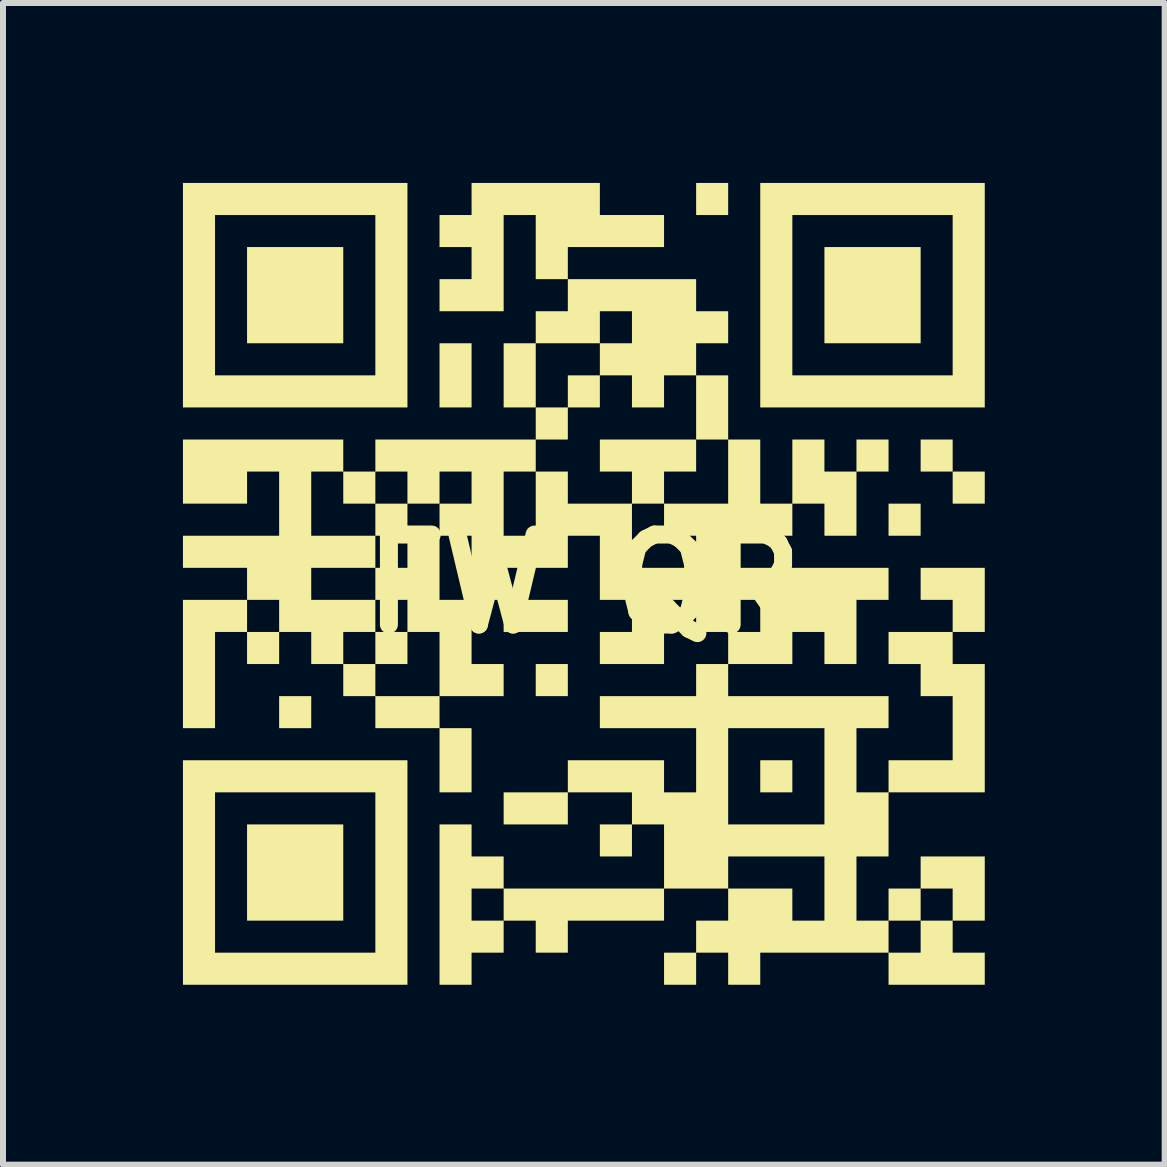
<source format=kicad_pcb>
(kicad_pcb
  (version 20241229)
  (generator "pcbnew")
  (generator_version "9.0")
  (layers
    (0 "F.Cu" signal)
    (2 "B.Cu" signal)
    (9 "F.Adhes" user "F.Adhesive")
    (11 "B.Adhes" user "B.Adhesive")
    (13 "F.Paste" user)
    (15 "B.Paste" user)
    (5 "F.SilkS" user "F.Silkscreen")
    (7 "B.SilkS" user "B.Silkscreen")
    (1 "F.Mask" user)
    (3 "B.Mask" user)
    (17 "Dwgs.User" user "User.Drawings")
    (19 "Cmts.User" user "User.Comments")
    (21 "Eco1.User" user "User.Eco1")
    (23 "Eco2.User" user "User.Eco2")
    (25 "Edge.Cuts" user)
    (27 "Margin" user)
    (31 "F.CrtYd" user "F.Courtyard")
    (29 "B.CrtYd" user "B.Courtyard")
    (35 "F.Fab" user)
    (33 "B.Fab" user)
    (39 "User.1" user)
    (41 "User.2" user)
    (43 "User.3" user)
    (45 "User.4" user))
  (footprint "FW QR"
    (layer "F.Cu")
    (at 6.684 6.684)
    (property "Reference" "FW QR" (at 0 0 0) (layer "F.SilkS") (effects (font (size 1.5 1.5) (thickness 0.3))))
    (attr board_only exclude_from_pos_files exclude_from_bom)
    (fp_poly (pts (xy -4.545 2.139) (xy -4.545 2.406) (xy -4.813 2.406) (xy -5.08 2.406) (xy -5.08 2.139) (xy -5.08 1.872) (xy -4.813 1.872) (xy -4.545 1.872)) (stroke (width 0) (type solid)) (fill yes) (layer "F.SilkS"))
    (fp_poly (pts (xy -4.011 -4.813) (xy -4.011 -4.011) (xy -4.813 -4.011) (xy -5.615 -4.011) (xy -5.615 -4.813) (xy -5.615 -5.615) (xy -4.813 -5.615) (xy -4.011 -5.615)) (stroke (width 0) (type solid)) (fill yes) (layer "F.SilkS"))
    (fp_poly (pts (xy -4.011 4.813) (xy -4.011 5.615) (xy -4.813 5.615) (xy -5.615 5.615) (xy -5.615 4.813) (xy -5.615 4.011) (xy -4.813 4.011) (xy -4.011 4.011)) (stroke (width 0) (type solid)) (fill yes) (layer "F.SilkS"))
    (fp_poly (pts (xy -2.941 -1.069) (xy -2.941 -0.802) (xy -3.208 -0.802) (xy -3.476 -0.802) (xy -3.476 -1.069) (xy -3.476 -1.337) (xy -3.208 -1.337) (xy -2.941 -1.337)) (stroke (width 0) (type solid)) (fill yes) (layer "F.SilkS"))
    (fp_poly (pts (xy -2.941 1.069) (xy -2.941 1.337) (xy -3.208 1.337) (xy -3.476 1.337) (xy -3.476 1.069) (xy -3.476 0.802) (xy -3.208 0.802) (xy -2.941 0.802)) (stroke (width 0) (type solid)) (fill yes) (layer "F.SilkS"))
    (fp_poly (pts (xy -1.872 -3.476) (xy -1.872 -2.941) (xy -2.139 -2.941) (xy -2.406 -2.941) (xy -2.406 -3.476) (xy -2.406 -4.011) (xy -2.139 -4.011) (xy -1.872 -4.011)) (stroke (width 0) (type solid)) (fill yes) (layer "F.SilkS"))
    (fp_poly (pts (xy -1.872 2.941) (xy -1.872 3.476) (xy -2.139 3.476) (xy -2.406 3.476) (xy -2.406 2.941) (xy -2.406 2.406) (xy -2.139 2.406) (xy -1.872 2.406)) (stroke (width 0) (type solid)) (fill yes) (layer "F.SilkS"))
    (fp_poly (pts (xy -0.267 0.535) (xy -0.267 0.802) (xy -0.802 0.802) (xy -1.337 0.802) (xy -1.337 0.535) (xy -1.337 0.267) (xy -0.802 0.267) (xy -0.267 0.267)) (stroke (width 0) (type solid)) (fill yes) (layer "F.SilkS"))
    (fp_poly (pts (xy -0.267 1.604) (xy -0.267 1.872) (xy -0.535 1.872) (xy -0.802 1.872) (xy -0.802 1.604) (xy -0.802 1.337) (xy -0.535 1.337) (xy -0.267 1.337)) (stroke (width 0) (type solid)) (fill yes) (layer "F.SilkS"))
    (fp_poly (pts (xy 0.267 -3.208) (xy 0.267 -2.941) (xy 0 -2.941) (xy -0.267 -2.941) (xy -0.267 -3.208) (xy -0.267 -3.476) (xy 0 -3.476) (xy 0.267 -3.476)) (stroke (width 0) (type solid)) (fill yes) (layer "F.SilkS"))
    (fp_poly (pts (xy 2.406 -6.417) (xy 2.406 -6.149) (xy 2.139 -6.149) (xy 1.872 -6.149) (xy 1.872 -6.417) (xy 1.872 -6.684) (xy 2.139 -6.684) (xy 2.406 -6.684)) (stroke (width 0) (type solid)) (fill yes) (layer "F.SilkS"))
    (fp_poly (pts (xy 2.406 -2.941) (xy 2.406 -2.406) (xy 2.139 -2.406) (xy 1.872 -2.406) (xy 1.872 -2.941) (xy 1.872 -3.476) (xy 2.139 -3.476) (xy 2.406 -3.476)) (stroke (width 0) (type solid)) (fill yes) (layer "F.SilkS"))
    (fp_poly (pts (xy 3.476 3.208) (xy 3.476 3.476) (xy 3.208 3.476) (xy 2.941 3.476) (xy 2.941 3.208) (xy 2.941 2.941) (xy 3.208 2.941) (xy 3.476 2.941)) (stroke (width 0) (type solid)) (fill yes) (layer "F.SilkS"))
    (fp_poly (pts (xy 5.615 -4.813) (xy 5.615 -4.011) (xy 4.813 -4.011) (xy 4.011 -4.011) (xy 4.011 -4.813) (xy 4.011 -5.615) (xy 4.813 -5.615) (xy 5.615 -5.615)) (stroke (width 0) (type solid)) (fill yes) (layer "F.SilkS"))
    (fp_poly (pts (xy 5.615 -1.069) (xy 5.615 -0.802) (xy 5.347 -0.802) (xy 5.08 -0.802) (xy 5.08 -1.069) (xy 5.08 -1.337) (xy 5.347 -1.337) (xy 5.615 -1.337)) (stroke (width 0) (type solid)) (fill yes) (layer "F.SilkS"))
    (fp_poly (pts (xy 6.149 -2.139) (xy 6.149 -1.872) (xy 5.882 -1.872) (xy 5.615 -1.872) (xy 5.615 -2.139) (xy 5.615 -2.406) (xy 5.882 -2.406) (xy 6.149 -2.406)) (stroke (width 0) (type solid)) (fill yes) (layer "F.SilkS"))
    (fp_poly (pts (xy 6.684 -1.604) (xy 6.684 -1.337) (xy 6.417 -1.337) (xy 6.149 -1.337) (xy 6.149 -1.604) (xy 6.149 -1.872) (xy 6.417 -1.872) (xy 6.684 -1.872)) (stroke (width 0) (type solid)) (fill yes) (layer "F.SilkS"))
    (fp_poly (pts (xy 1.872 -2.139) (xy 1.872 -1.872) (xy 1.604 -1.872) (xy 1.337 -1.872) (xy 1.337 -1.604) (xy 1.337 -1.337) (xy 1.069 -1.337) (xy 0.802 -1.337) (xy 0.802 -1.604) (xy 0.802 -1.872) (xy 0.535 -1.872) (xy 0.267 -1.872) (xy 0.267 -2.139) (xy 0.267 -2.406) (xy 1.069 -2.406) (xy 1.872 -2.406)) (stroke (width 0) (type solid)) (fill yes) (layer "F.SilkS"))
    (fp_poly (pts (xy -2.941 -4.813) (xy -2.941 -2.941) (xy -4.813 -2.941) (xy -6.684 -2.941) (xy -6.684 -4.813) (xy -6.684 -6.149) (xy -6.149 -6.149) (xy -6.149 -4.813) (xy -6.149 -3.476) (xy -4.813 -3.476) (xy -3.476 -3.476) (xy -3.476 -4.813) (xy -3.476 -6.149) (xy -4.813 -6.149) (xy -6.149 -6.149) (xy -6.684 -6.149) (xy -6.684 -6.684) (xy -4.813 -6.684) (xy -2.941 -6.684)) (stroke (width 0) (type solid)) (fill yes) (layer "F.SilkS"))
    (fp_poly (pts (xy -2.941 4.813) (xy -2.941 6.684) (xy -4.813 6.684) (xy -6.684 6.684) (xy -6.684 4.813) (xy -6.684 3.476) (xy -6.149 3.476) (xy -6.149 4.813) (xy -6.149 6.149) (xy -4.813 6.149) (xy -3.476 6.149) (xy -3.476 4.813) (xy -3.476 3.476) (xy -4.813 3.476) (xy -6.149 3.476) (xy -6.684 3.476) (xy -6.684 2.941) (xy -4.813 2.941) (xy -2.941 2.941)) (stroke (width 0) (type solid)) (fill yes) (layer "F.SilkS"))
    (fp_poly (pts (xy 6.684 -4.813) (xy 6.684 -2.941) (xy 4.813 -2.941) (xy 2.941 -2.941) (xy 2.941 -4.813) (xy 2.941 -6.149) (xy 3.476 -6.149) (xy 3.476 -4.813) (xy 3.476 -3.476) (xy 4.813 -3.476) (xy 6.149 -3.476) (xy 6.149 -4.813) (xy 6.149 -6.149) (xy 4.813 -6.149) (xy 3.476 -6.149) (xy 2.941 -6.149) (xy 2.941 -6.684) (xy 4.813 -6.684) (xy 6.684 -6.684)) (stroke (width 0) (type solid)) (fill yes) (layer "F.SilkS"))
    (fp_poly (pts (xy 0.267 -6.417) (xy 0.267 -6.149) (xy 0.802 -6.149) (xy 1.337 -6.149) (xy 1.337 -5.882) (xy 1.337 -5.615) (xy 0.535 -5.615) (xy -0.267 -5.615) (xy -0.267 -5.347) (xy -0.267 -5.08) (xy -0.535 -5.08) (xy -0.802 -5.08) (xy -0.802 -5.615) (xy -0.802 -6.149) (xy -1.069 -6.149) (xy -1.337 -6.149) (xy -1.337 -5.347) (xy -1.337 -4.545) (xy -1.872 -4.545) (xy -2.406 -4.545) (xy -2.406 -4.813) (xy -2.406 -5.08) (xy -2.139 -5.08) (xy -1.872 -5.08) (xy -1.872 -5.347) (xy -1.872 -5.615) (xy -2.139 -5.615) (xy -2.406 -5.615) (xy -2.406 -5.882) (xy -2.406 -6.149) (xy -2.139 -6.149) (xy -1.872 -6.149) (xy -1.872 -6.417) (xy -1.872 -6.684) (xy -0.802 -6.684) (xy 0.267 -6.684)) (stroke (width 0) (type solid)) (fill yes) (layer "F.SilkS"))
    (fp_poly (pts (xy 1.872 -4.813) (xy 1.872 -4.545) (xy 2.139 -4.545) (xy 2.406 -4.545) (xy 2.406 -4.278) (xy 2.406 -4.011) (xy 2.139 -4.011) (xy 1.872 -4.011) (xy 1.872 -3.743) (xy 1.872 -3.476) (xy 1.604 -3.476) (xy 1.337 -3.476) (xy 1.337 -3.208) (xy 1.337 -2.941) (xy 1.069 -2.941) (xy 0.802 -2.941) (xy 0.802 -3.208) (xy 0.802 -3.476) (xy 0.535 -3.476) (xy 0.267 -3.476) (xy 0.267 -3.743) (xy 0.267 -4.011) (xy 0.535 -4.011) (xy 0.802 -4.011) (xy 0.802 -4.278) (xy 0.802 -4.545) (xy 0.535 -4.545) (xy 0.267 -4.545) (xy 0.267 -4.278) (xy 0.267 -4.011) (xy -0.267 -4.011) (xy -0.802 -4.011) (xy -0.802 -3.476) (xy -0.802 -2.941) (xy -1.069 -2.941) (xy -1.337 -2.941) (xy -1.337 -3.476) (xy -1.337 -4.011) (xy -1.069 -4.011) (xy -0.802 -4.011) (xy -0.802 -4.278) (xy -0.802 -4.545) (xy -0.535 -4.545) (xy -0.267 -4.545) (xy -0.267 -4.813) (xy -0.267 -5.08) (xy 0.802 -5.08) (xy 1.872 -5.08)) (stroke (width 0) (type solid)) (fill yes) (layer "F.SilkS"))
    (fp_poly (pts (xy -0.267 -2.674) (xy -0.267 -2.406) (xy -0.535 -2.406) (xy -0.802 -2.406) (xy -0.802 -2.139) (xy -0.802 -1.872) (xy -1.069 -1.872) (xy -1.337 -1.872) (xy -1.337 -1.337) (xy -1.337 -0.802) (xy -1.069 -0.802) (xy -0.802 -0.802) (xy -0.802 -1.337) (xy -0.802 -1.872) (xy -0.535 -1.872) (xy -0.267 -1.872) (xy -0.267 -1.604) (xy -0.267 -1.337) (xy 0.267 -1.337) (xy 0.802 -1.337) (xy 0.802 -0.802) (xy 0.802 -0.267) (xy 1.337 -0.267) (xy 1.872 -0.267) (xy 1.872 -0.535) (xy 1.872 -0.802) (xy 1.604 -0.802) (xy 1.337 -0.802) (xy 1.337 -1.069) (xy 1.337 -1.337) (xy 1.872 -1.337) (xy 2.406 -1.337) (xy 2.406 -1.872) (xy 2.406 -2.406) (xy 2.674 -2.406) (xy 2.941 -2.406) (xy 2.941 -1.872) (xy 2.941 -1.337) (xy 3.208 -1.337) (xy 3.476 -1.337) (xy 3.476 -1.872) (xy 3.476 -2.406) (xy 3.743 -2.406) (xy 4.011 -2.406) (xy 4.011 -2.139) (xy 4.011 -1.872) (xy 4.278 -1.872) (xy 4.545 -1.872) (xy 4.545 -2.139) (xy 4.545 -2.406) (xy 4.813 -2.406) (xy 5.08 -2.406) (xy 5.08 -2.139) (xy 5.08 -1.872) (xy 4.813 -1.872) (xy 4.545 -1.872) (xy 4.545 -1.337) (xy 4.545 -0.802) (xy 4.278 -0.802) (xy 4.011 -0.802) (xy 4.011 -1.069) (xy 4.011 -1.337) (xy 3.743 -1.337) (xy 3.476 -1.337) (xy 3.476 -1.069) (xy 3.476 -0.802) (xy 2.941 -0.802) (xy 2.406 -0.802) (xy 2.406 -0.535) (xy 2.406 -0.267) (xy 3.743 -0.267) (xy 5.08 -0.267) (xy 5.08 0) (xy 5.08 0.267) (xy 4.813 0.267) (xy 4.545 0.267) (xy 4.545 0.802) (xy 4.545 1.337) (xy 4.278 1.337) (xy 4.011 1.337) (xy 4.011 1.069) (xy 4.011 0.802) (xy 3.743 0.802) (xy 3.476 0.802) (xy 3.476 1.069) (xy 3.476 1.337) (xy 2.941 1.337) (xy 2.406 1.337) (xy 2.406 1.604) (xy 2.406 1.872) (xy 3.743 1.872) (xy 5.08 1.872) (xy 5.08 2.139) (xy 5.08 2.406) (xy 4.813 2.406) (xy 4.545 2.406) (xy 4.545 2.941) (xy 4.545 3.476) (xy 4.813 3.476) (xy 5.08 3.476) (xy 5.08 3.208) (xy 5.08 2.941) (xy 5.615 2.941) (xy 6.149 2.941) (xy 6.149 2.406) (xy 6.149 1.872) (xy 5.882 1.872) (xy 5.615 1.872) (xy 5.615 1.604) (xy 5.615 1.337) (xy 5.347 1.337) (xy 5.08 1.337) (xy 5.08 1.069) (xy 5.08 0.802) (xy 5.615 0.802) (xy 6.149 0.802) (xy 6.149 0.535) (xy 6.149 0.267) (xy 5.882 0.267) (xy 5.615 0.267) (xy 5.615 0) (xy 5.615 -0.267) (xy 6.149 -0.267) (xy 6.684 -0.267) (xy 6.684 0.267) (xy 6.684 0.802) (xy 6.417 0.802) (xy 6.149 0.802) (xy 6.149 1.069) (xy 6.149 1.337) (xy 6.417 1.337) (xy 6.684 1.337) (xy 6.684 2.406) (xy 6.684 3.476) (xy 5.882 3.476) (xy 5.08 3.476) (xy 5.08 4.011) (xy 5.08 4.545) (xy 4.813 4.545) (xy 4.545 4.545) (xy 4.545 5.08) (xy 4.545 5.615) (xy 4.813 5.615) (xy 5.08 5.615) (xy 5.08 5.347) (xy 5.08 5.08) (xy 5.347 5.08) (xy 5.615 5.08) (xy 5.615 4.813) (xy 5.615 4.545) (xy 6.149 4.545) (xy 6.684 4.545) (xy 6.684 5.08) (xy 6.684 5.615) (xy 6.417 5.615) (xy 6.149 5.615) (xy 6.149 5.882) (xy 6.149 6.149) (xy 6.417 6.149) (xy 6.684 6.149) (xy 6.684 6.417) (xy 6.684 6.684) (xy 5.882 6.684) (xy 5.08 6.684) (xy 5.08 6.417) (xy 5.08 6.149) (xy 5.347 6.149) (xy 5.615 6.149) (xy 5.615 5.882) (xy 5.615 5.615) (xy 5.882 5.615) (xy 6.149 5.615) (xy 6.149 5.347) (xy 6.149 5.08) (xy 5.882 5.08) (xy 5.615 5.08) (xy 5.615 5.347) (xy 5.615 5.615) (xy 5.347 5.615) (xy 5.08 5.615) (xy 5.08 5.882) (xy 5.08 6.149) (xy 4.011 6.149) (xy 2.941 6.149) (xy 2.941 6.417) (xy 2.941 6.684) (xy 2.674 6.684) (xy 2.406 6.684) (xy 2.406 6.417) (xy 2.406 6.149) (xy 2.139 6.149) (xy 1.872 6.149) (xy 1.872 6.417) (xy 1.872 6.684) (xy 1.604 6.684) (xy 1.337 6.684) (xy 1.337 6.417) (xy 1.337 6.149) (xy 1.604 6.149) (xy 1.872 6.149) (xy 1.872 5.882) (xy 1.872 5.615) (xy 2.139 5.615) (xy 2.406 5.615) (xy 2.406 5.347) (xy 2.406 5.08) (xy 2.941 5.08) (xy 3.476 5.08) (xy 3.476 5.347) (xy 3.476 5.615) (xy 3.743 5.615) (xy 4.011 5.615) (xy 4.011 5.08) (xy 4.011 4.545) (xy 3.208 4.545) (xy 2.406 4.545) (xy 2.406 4.813) (xy 2.406 5.08) (xy 1.872 5.08) (xy 1.337 5.08) (xy 1.337 5.347) (xy 1.337 5.615) (xy 0.535 5.615) (xy -0.267 5.615) (xy -0.267 5.882) (xy -0.267 6.149) (xy -0.535 6.149) (xy -0.802 6.149) (xy -0.802 5.882) (xy -0.802 5.615) (xy -1.069 5.615) (xy -1.337 5.615) (xy -1.337 5.882) (xy -1.337 6.149) (xy -1.604 6.149) (xy -1.872 6.149) (xy -1.872 6.417) (xy -1.872 6.684) (xy -2.139 6.684) (xy -2.406 6.684) (xy -2.406 5.347) (xy -2.406 5.08) (xy -1.872 5.08) (xy -1.872 5.347) (xy -1.872 5.615) (xy -1.604 5.615) (xy -1.337 5.615) (xy -1.337 5.347) (xy -1.337 5.08) (xy -1.604 5.08) (xy -1.872 5.08) (xy -2.406 5.08) (xy -2.406 4.011) (xy -2.139 4.011) (xy -1.872 4.011) (xy -1.872 4.278) (xy -1.872 4.545) (xy -1.604 4.545) (xy -1.337 4.545) (xy -1.337 4.813) (xy -1.337 5.08) (xy 0 5.08) (xy 1.337 5.08) (xy 1.337 4.545) (xy 1.337 4.011) (xy 1.069 4.011) (xy 0.802 4.011) (xy 0.802 4.278) (xy 0.802 4.545) (xy 0.535 4.545) (xy 0.267 4.545) (xy 0.267 4.278) (xy 0.267 4.011) (xy 0.535 4.011) (xy 0.802 4.011) (xy 0.802 3.743) (xy 0.802 3.476) (xy 0.267 3.476) (xy -0.267 3.476) (xy -0.267 3.743) (xy -0.267 4.011) (xy -0.802 4.011) (xy -1.337 4.011) (xy -1.337 3.743) (xy -1.337 3.476) (xy -0.802 3.476) (xy -0.267 3.476) (xy -0.267 3.208) (xy -0.267 2.941) (xy 0.535 2.941) (xy 1.337 2.941) (xy 1.337 3.208) (xy 1.337 3.476) (xy 1.604 3.476) (xy 1.872 3.476) (xy 1.872 2.941) (xy 1.872 2.406) (xy 2.406 2.406) (xy 2.406 3.208) (xy 2.406 4.011) (xy 3.208 4.011) (xy 4.011 4.011) (xy 4.011 3.208) (xy 4.011 2.406) (xy 3.208 2.406) (xy 2.406 2.406) (xy 1.872 2.406) (xy 1.069 2.406) (xy 0.267 2.406) (xy 0.267 2.139) (xy 0.267 1.872) (xy 1.069 1.872) (xy 1.872 1.872) (xy 1.872 1.604) (xy 1.872 1.337) (xy 2.139 1.337) (xy 2.406 1.337) (xy 2.406 1.069) (xy 2.406 0.802) (xy 2.139 0.802) (xy 1.872 0.802) (xy 1.872 0.535) (xy 1.872 0.267) (xy 2.406 0.267) (xy 2.406 0.535) (xy 2.406 0.802) (xy 2.674 0.802) (xy 2.941 0.802) (xy 2.941 0.535) (xy 2.941 0.267) (xy 2.674 0.267) (xy 2.406 0.267) (xy 1.872 0.267) (xy 1.604 0.267) (xy 1.337 0.267) (xy 1.337 0.802) (xy 1.337 1.337) (xy 0.802 1.337) (xy 0.267 1.337) (xy 0.267 1.069) (xy 0.267 0.802) (xy 0.535 0.802) (xy 0.802 0.802) (xy 0.802 0.535) (xy 0.802 0.267) (xy 0.535 0.267) (xy 0.267 0.267) (xy 0.267 -0.267) (xy 0.267 -0.802) (xy 0 -0.802) (xy -0.267 -0.802) (xy -0.267 -0.535) (xy -0.267 -0.267) (xy -0.802 -0.267) (xy -1.337 -0.267) (xy -1.337 0) (xy -1.337 0.267) (xy -1.604 0.267) (xy -1.872 0.267) (xy -1.872 0.802) (xy -1.872 1.337) (xy -1.604 1.337) (xy -1.337 1.337) (xy -1.337 1.604) (xy -1.337 1.872) (xy -1.872 1.872) (xy -2.406 1.872) (xy -2.406 2.139) (xy -2.406 2.406) (xy -2.941 2.406) (xy -3.476 2.406) (xy -3.476 2.139) (xy -3.476 1.872) (xy -3.743 1.872) (xy -4.011 1.872) (xy -4.011 1.604) (xy -4.011 1.337) (xy -3.743 1.337) (xy -3.476 1.337) (xy -3.476 1.604) (xy -3.476 1.872) (xy -2.941 1.872) (xy -2.406 1.872) (xy -2.406 1.337) (xy -2.406 0.802) (xy -2.674 0.802) (xy -2.941 0.802) (xy -2.941 0.535) (xy -2.941 0.267) (xy -3.208 0.267) (xy -3.476 0.267) (xy -3.476 0.535) (xy -3.476 0.802) (xy -3.743 0.802) (xy -4.011 0.802) (xy -4.011 1.069) (xy -4.011 1.337) (xy -4.278 1.337) (xy -4.545 1.337) (xy -4.545 1.069) (xy -4.545 0.802) (xy -4.813 0.802) (xy -5.08 0.802) (xy -5.08 1.069) (xy -5.08 1.337) (xy -5.347 1.337) (xy -5.615 1.337) (xy -5.615 1.069) (xy -5.615 0.802) (xy -5.882 0.802) (xy -6.149 0.802) (xy -6.149 1.604) (xy -6.149 2.406) (xy -6.417 2.406) (xy -6.684 2.406) (xy -6.684 1.337) (xy -6.684 0.267) (xy -6.149 0.267) (xy -5.615 0.267) (xy -5.615 0.535) (xy -5.615 0.802) (xy -5.347 0.802) (xy -5.08 0.802) (xy -5.08 0.535) (xy -5.08 0.267) (xy -5.347 0.267) (xy -5.615 0.267) (xy -5.615 0) (xy -5.615 -0.267) (xy -6.149 -0.267) (xy -6.684 -0.267) (xy -6.684 -0.535) (xy -6.684 -0.802) (xy -5.882 -0.802) (xy -5.08 -0.802) (xy -5.08 -1.337) (xy -5.08 -1.872) (xy -4.545 -1.872) (xy -4.545 -1.337) (xy -4.545 -0.802) (xy -4.011 -0.802) (xy -3.476 -0.802) (xy -3.476 -0.535) (xy -3.476 -0.267) (xy -4.011 -0.267) (xy -4.545 -0.267) (xy -4.545 0) (xy -4.545 0.267) (xy -4.011 0.267) (xy -3.476 0.267) (xy -3.476 0) (xy -3.476 -0.267) (xy -3.208 -0.267) (xy -2.941 -0.267) (xy -2.941 -0.535) (xy -2.941 -0.802) (xy -2.674 -0.802) (xy -2.406 -0.802) (xy -2.406 -0.267) (xy -2.406 0.267) (xy -2.139 0.267) (xy -1.872 0.267) (xy -1.872 -0.267) (xy -1.872 -0.802) (xy -2.139 -0.802) (xy -2.406 -0.802) (xy -2.406 -1.069) (xy -2.406 -1.337) (xy -2.139 -1.337) (xy -1.872 -1.337) (xy -1.872 -1.604) (xy -1.872 -1.872) (xy -2.139 -1.872) (xy -2.406 -1.872) (xy -2.406 -1.604) (xy -2.406 -1.337) (xy -2.674 -1.337) (xy -2.941 -1.337) (xy -2.941 -1.604) (xy -2.941 -1.872) (xy -3.208 -1.872) (xy -3.476 -1.872) (xy -3.476 -1.604) (xy -3.476 -1.337) (xy -3.743 -1.337) (xy -4.011 -1.337) (xy -4.011 -1.604) (xy -4.011 -1.872) (xy -4.278 -1.872) (xy -4.545 -1.872) (xy -5.08 -1.872) (xy -5.347 -1.872) (xy -5.615 -1.872) (xy -5.615 -1.604) (xy -5.615 -1.337) (xy -6.149 -1.337) (xy -6.684 -1.337) (xy -6.684 -1.872) (xy -6.684 -2.406) (xy -5.347 -2.406) (xy -4.011 -2.406) (xy -4.011 -2.139) (xy -4.011 -1.872) (xy -3.743 -1.872) (xy -3.476 -1.872) (xy -3.476 -2.139) (xy -3.476 -2.406) (xy -2.139 -2.406) (xy -0.802 -2.406) (xy -0.802 -2.674) (xy -0.802 -2.941) (xy -0.535 -2.941) (xy -0.267 -2.941)) (stroke (width 0) (type solid)) (fill yes) (layer "F.SilkS")))
  (gr_rect
    (start -3 -3)
    (end 16.368 16.368)
    (stroke (width 0.1) (type default))
    (fill no)
    (layer "Edge.Cuts")))
</source>
